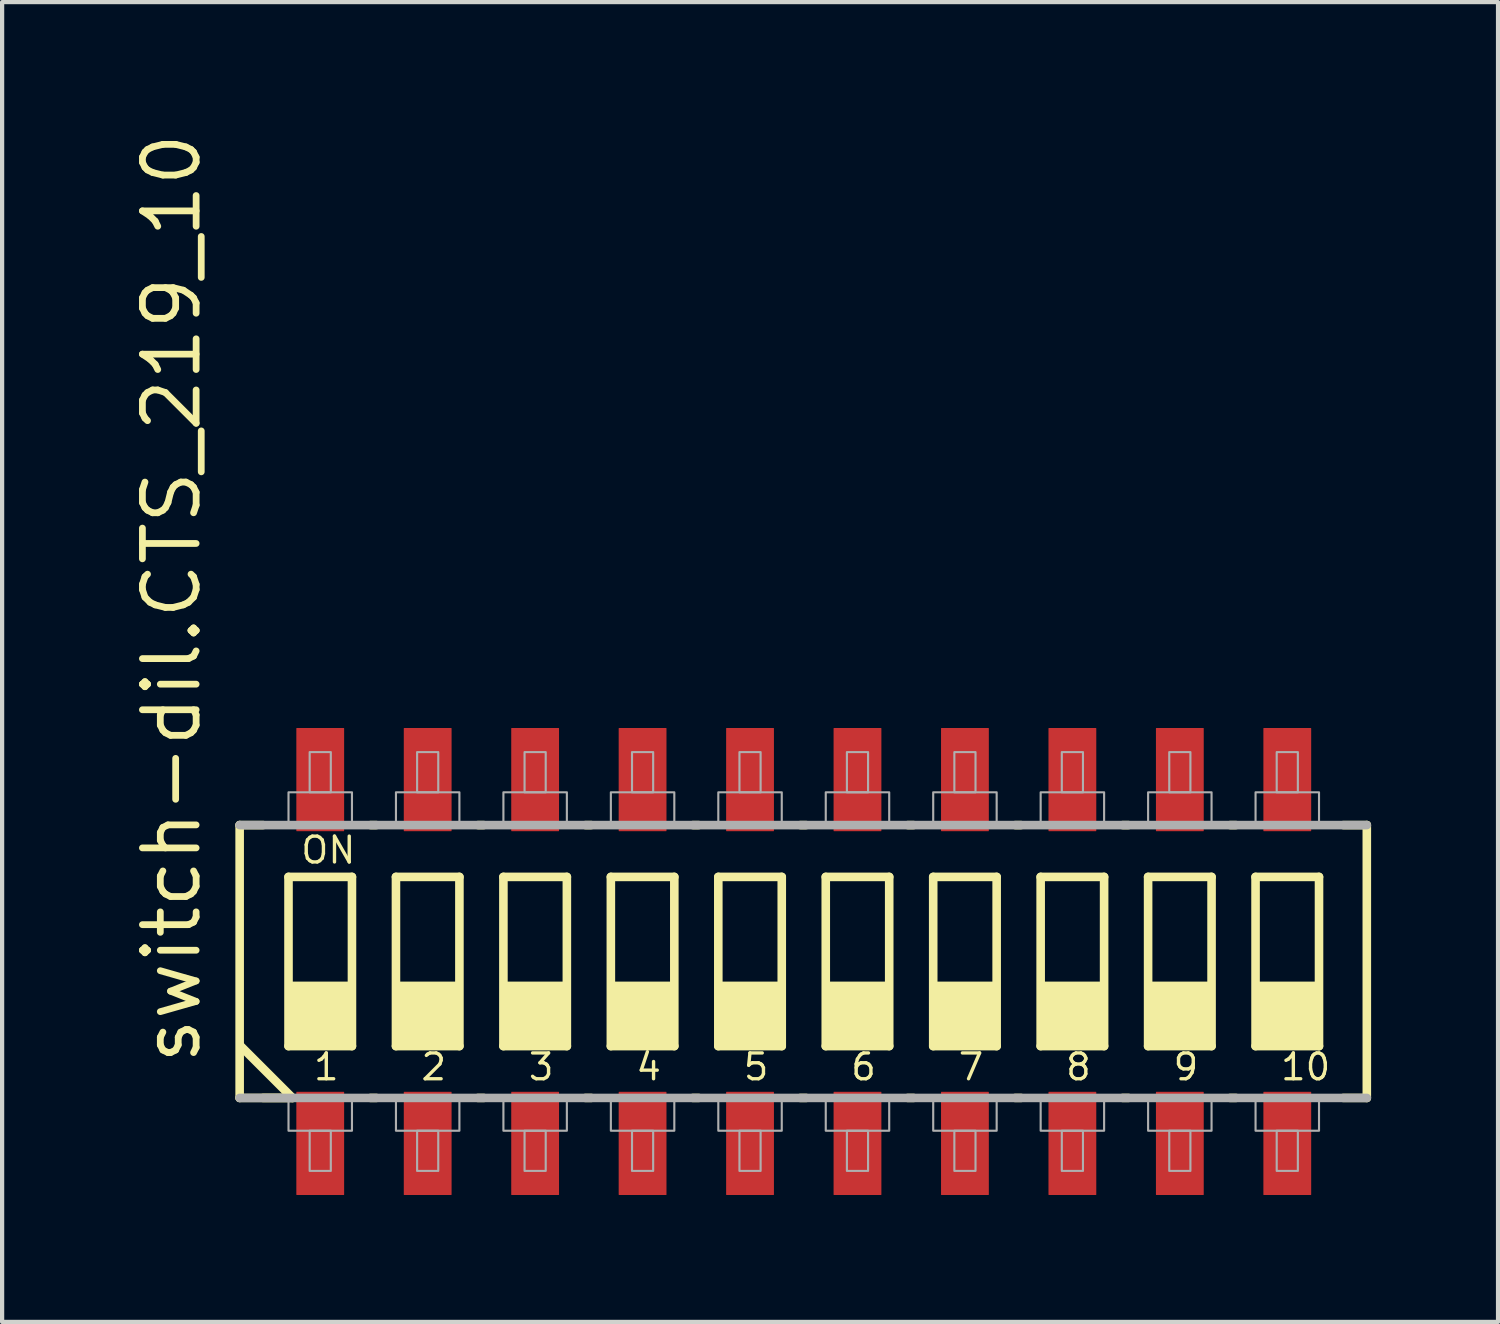
<source format=kicad_pcb>
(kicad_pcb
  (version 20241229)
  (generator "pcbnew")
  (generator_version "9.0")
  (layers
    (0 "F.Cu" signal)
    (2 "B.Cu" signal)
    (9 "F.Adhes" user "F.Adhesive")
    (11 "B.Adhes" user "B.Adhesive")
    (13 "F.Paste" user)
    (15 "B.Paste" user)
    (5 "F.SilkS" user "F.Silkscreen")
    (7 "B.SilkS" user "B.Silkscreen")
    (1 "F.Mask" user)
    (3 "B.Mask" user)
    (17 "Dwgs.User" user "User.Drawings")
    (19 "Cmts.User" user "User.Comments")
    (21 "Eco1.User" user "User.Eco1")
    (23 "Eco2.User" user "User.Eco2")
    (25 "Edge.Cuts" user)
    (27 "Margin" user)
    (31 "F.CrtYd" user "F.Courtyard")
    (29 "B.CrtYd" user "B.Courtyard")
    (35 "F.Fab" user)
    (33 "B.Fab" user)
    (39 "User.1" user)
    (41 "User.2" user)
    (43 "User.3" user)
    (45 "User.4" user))
  (footprint "switch-dil.CTS_219_10"
    (layer "F.Cu")
    (at 15.95 19.679)
    (property "Reference" "switch-dil.CTS_219_10" (at -14.2 2.5 90) (layer "F.SilkS") (effects (font (size 1.27 1.27) (thickness 0.16)) (justify left bottom)))
    (attr smd)
    (fp_line (start -13.335 -3.225) (end -12.78 -3.225) (stroke (width 0.203) (type default)) (layer "F.SilkS"))
    (fp_line (start -13.335 3.225) (end -13.335 -3.225) (stroke (width 0.203) (type default)) (layer "F.SilkS"))
    (fp_line (start -13.31 2) (end -12.085 3.225) (stroke (width 0.203) (type default)) (layer "F.SilkS"))
    (fp_line (start -12.78 3.225) (end -12.085 3.225) (stroke (width 0.203) (type default)) (layer "F.SilkS"))
    (fp_line (start -12.18 -2) (end -10.68 -2) (stroke (width 0.203) (type default)) (layer "F.SilkS"))
    (fp_line (start -12.18 2) (end -12.18 -2) (stroke (width 0.203) (type default)) (layer "F.SilkS"))
    (fp_line (start -12.085 3.225) (end -13.335 3.225) (stroke (width 0.203) (type default)) (layer "F.SilkS"))
    (fp_line (start -10.68 -2) (end -10.68 2) (stroke (width 0.203) (type default)) (layer "F.SilkS"))
    (fp_line (start -10.68 2) (end -12.18 2) (stroke (width 0.203) (type default)) (layer "F.SilkS"))
    (fp_line (start -10.24 3.225) (end -10.105 3.225) (stroke (width 0.203) (type default)) (layer "F.SilkS"))
    (fp_line (start -10.105 -3.225) (end -10.24 -3.225) (stroke (width 0.203) (type default)) (layer "F.SilkS"))
    (fp_line (start -9.64 -2) (end -8.14 -2) (stroke (width 0.203) (type default)) (layer "F.SilkS"))
    (fp_line (start -9.64 2) (end -9.64 -2) (stroke (width 0.203) (type default)) (layer "F.SilkS"))
    (fp_line (start -8.14 -2) (end -8.14 2) (stroke (width 0.203) (type default)) (layer "F.SilkS"))
    (fp_line (start -8.14 2) (end -9.64 2) (stroke (width 0.203) (type default)) (layer "F.SilkS"))
    (fp_line (start -7.7 3.225) (end -7.565 3.225) (stroke (width 0.203) (type default)) (layer "F.SilkS"))
    (fp_line (start -7.565 -3.225) (end -7.7 -3.225) (stroke (width 0.203) (type default)) (layer "F.SilkS"))
    (fp_line (start -7.1 -2) (end -5.6 -2) (stroke (width 0.203) (type default)) (layer "F.SilkS"))
    (fp_line (start -7.1 2) (end -7.1 -2) (stroke (width 0.203) (type default)) (layer "F.SilkS"))
    (fp_line (start -5.6 -2) (end -5.6 2) (stroke (width 0.203) (type default)) (layer "F.SilkS"))
    (fp_line (start -5.6 2) (end -7.1 2) (stroke (width 0.203) (type default)) (layer "F.SilkS"))
    (fp_line (start -5.16 3.225) (end -5.025 3.225) (stroke (width 0.203) (type default)) (layer "F.SilkS"))
    (fp_line (start -5.025 -3.225) (end -5.16 -3.225) (stroke (width 0.203) (type default)) (layer "F.SilkS"))
    (fp_line (start -4.56 -2) (end -3.06 -2) (stroke (width 0.203) (type default)) (layer "F.SilkS"))
    (fp_line (start -4.56 2) (end -4.56 -2) (stroke (width 0.203) (type default)) (layer "F.SilkS"))
    (fp_line (start -3.06 -2) (end -3.06 2) (stroke (width 0.203) (type default)) (layer "F.SilkS"))
    (fp_line (start -3.06 2) (end -4.56 2) (stroke (width 0.203) (type default)) (layer "F.SilkS"))
    (fp_line (start -2.62 3.225) (end -2.485 3.225) (stroke (width 0.203) (type default)) (layer "F.SilkS"))
    (fp_line (start -2.485 -3.225) (end -2.62 -3.225) (stroke (width 0.203) (type default)) (layer "F.SilkS"))
    (fp_line (start -2.02 -2) (end -0.52 -2) (stroke (width 0.203) (type default)) (layer "F.SilkS"))
    (fp_line (start -2.02 2) (end -2.02 -2) (stroke (width 0.203) (type default)) (layer "F.SilkS"))
    (fp_line (start -0.52 -2) (end -0.52 2) (stroke (width 0.203) (type default)) (layer "F.SilkS"))
    (fp_line (start -0.52 2) (end -2.02 2) (stroke (width 0.203) (type default)) (layer "F.SilkS"))
    (fp_line (start -0.08 3.225) (end 0.055 3.225) (stroke (width 0.203) (type default)) (layer "F.SilkS"))
    (fp_line (start 0.055 -3.225) (end -0.08 -3.225) (stroke (width 0.203) (type default)) (layer "F.SilkS"))
    (fp_line (start 0.52 -2) (end 2.02 -2) (stroke (width 0.203) (type default)) (layer "F.SilkS"))
    (fp_line (start 0.52 2) (end 0.52 -2) (stroke (width 0.203) (type default)) (layer "F.SilkS"))
    (fp_line (start 2.02 -2) (end 2.02 2) (stroke (width 0.203) (type default)) (layer "F.SilkS"))
    (fp_line (start 2.02 2) (end 0.52 2) (stroke (width 0.203) (type default)) (layer "F.SilkS"))
    (fp_line (start 2.46 3.225) (end 2.595 3.225) (stroke (width 0.203) (type default)) (layer "F.SilkS"))
    (fp_line (start 2.595 -3.225) (end 2.46 -3.225) (stroke (width 0.203) (type default)) (layer "F.SilkS"))
    (fp_line (start 3.06 -2) (end 4.56 -2) (stroke (width 0.203) (type default)) (layer "F.SilkS"))
    (fp_line (start 3.06 2) (end 3.06 -2) (stroke (width 0.203) (type default)) (layer "F.SilkS"))
    (fp_line (start 4.56 -2) (end 4.56 2) (stroke (width 0.203) (type default)) (layer "F.SilkS"))
    (fp_line (start 4.56 2) (end 3.06 2) (stroke (width 0.203) (type default)) (layer "F.SilkS"))
    (fp_line (start 5 3.225) (end 5.135 3.225) (stroke (width 0.203) (type default)) (layer "F.SilkS"))
    (fp_line (start 5.135 -3.225) (end 5 -3.225) (stroke (width 0.203) (type default)) (layer "F.SilkS"))
    (fp_line (start 5.6 -2) (end 7.1 -2) (stroke (width 0.203) (type default)) (layer "F.SilkS"))
    (fp_line (start 5.6 2) (end 5.6 -2) (stroke (width 0.203) (type default)) (layer "F.SilkS"))
    (fp_line (start 7.1 -2) (end 7.1 2) (stroke (width 0.203) (type default)) (layer "F.SilkS"))
    (fp_line (start 7.1 2) (end 5.6 2) (stroke (width 0.203) (type default)) (layer "F.SilkS"))
    (fp_line (start 7.54 3.225) (end 7.675 3.225) (stroke (width 0.203) (type default)) (layer "F.SilkS"))
    (fp_line (start 7.675 -3.225) (end 7.54 -3.225) (stroke (width 0.203) (type default)) (layer "F.SilkS"))
    (fp_line (start 8.14 -2) (end 9.64 -2) (stroke (width 0.203) (type default)) (layer "F.SilkS"))
    (fp_line (start 8.14 2) (end 8.14 -2) (stroke (width 0.203) (type default)) (layer "F.SilkS"))
    (fp_line (start 9.64 -2) (end 9.64 2) (stroke (width 0.203) (type default)) (layer "F.SilkS"))
    (fp_line (start 9.64 2) (end 8.14 2) (stroke (width 0.203) (type default)) (layer "F.SilkS"))
    (fp_line (start 10.08 3.225) (end 10.215 3.225) (stroke (width 0.203) (type default)) (layer "F.SilkS"))
    (fp_line (start 10.215 -3.225) (end 10.08 -3.225) (stroke (width 0.203) (type default)) (layer "F.SilkS"))
    (fp_line (start 10.68 -2) (end 12.18 -2) (stroke (width 0.203) (type default)) (layer "F.SilkS"))
    (fp_line (start 10.68 2) (end 10.68 -2) (stroke (width 0.203) (type default)) (layer "F.SilkS"))
    (fp_line (start 12.18 -2) (end 12.18 2) (stroke (width 0.203) (type default)) (layer "F.SilkS"))
    (fp_line (start 12.18 2) (end 10.68 2) (stroke (width 0.203) (type default)) (layer "F.SilkS"))
    (fp_line (start 12.755 -3.225) (end 13.31 -3.225) (stroke (width 0.203) (type default)) (layer "F.SilkS"))
    (fp_line (start 13.31 -3.225) (end 13.31 3.225) (stroke (width 0.203) (type default)) (layer "F.SilkS"))
    (fp_line (start 13.31 3.225) (end 12.755 3.225) (stroke (width 0.203) (type default)) (layer "F.SilkS"))
    (fp_rect (start -12.18 2) (end -10.68 0.5) (stroke (width 0.05) (type default)) (fill yes) (layer "F.SilkS"))
    (fp_rect (start -9.64 2) (end -8.14 0.5) (stroke (width 0.05) (type default)) (fill yes) (layer "F.SilkS"))
    (fp_rect (start -7.1 2) (end -5.6 0.5) (stroke (width 0.05) (type default)) (fill yes) (layer "F.SilkS"))
    (fp_rect (start -4.56 2) (end -3.06 0.5) (stroke (width 0.05) (type default)) (fill yes) (layer "F.SilkS"))
    (fp_rect (start -2.02 2) (end -0.52 0.5) (stroke (width 0.05) (type default)) (fill yes) (layer "F.SilkS"))
    (fp_rect (start 0.52 2) (end 2.02 0.5) (stroke (width 0.05) (type default)) (fill yes) (layer "F.SilkS"))
    (fp_rect (start 3.06 2) (end 4.56 0.5) (stroke (width 0.05) (type default)) (fill yes) (layer "F.SilkS"))
    (fp_rect (start 5.6 2) (end 7.1 0.5) (stroke (width 0.05) (type default)) (fill yes) (layer "F.SilkS"))
    (fp_rect (start 8.14 2) (end 9.64 0.5) (stroke (width 0.05) (type default)) (fill yes) (layer "F.SilkS"))
    (fp_rect (start 10.68 2) (end 12.18 0.5) (stroke (width 0.05) (type default)) (fill yes) (layer "F.SilkS"))
    (fp_line (start -13.335 -3.225) (end 13.31 -3.225) (stroke (width 0.203) (type default)) (layer "F.Fab"))
    (fp_line (start 13.31 3.225) (end -13.335 3.225) (stroke (width 0.203) (type default)) (layer "F.Fab"))
    (fp_rect (start -12.18 -3.25) (end -10.68 -4) (stroke (width 0.05) (type default)) (fill no) (layer "F.Fab"))
    (fp_rect (start -12.18 4) (end -10.68 3.25) (stroke (width 0.05) (type default)) (fill no) (layer "F.Fab"))
    (fp_rect (start -11.68 -4) (end -11.18 -4.95) (stroke (width 0.05) (type default)) (fill no) (layer "F.Fab"))
    (fp_rect (start -11.68 4.95) (end -11.18 4) (stroke (width 0.05) (type default)) (fill no) (layer "F.Fab"))
    (fp_rect (start -9.64 -3.25) (end -8.14 -4) (stroke (width 0.05) (type default)) (fill no) (layer "F.Fab"))
    (fp_rect (start -9.64 4) (end -8.14 3.25) (stroke (width 0.05) (type default)) (fill no) (layer "F.Fab"))
    (fp_rect (start -9.14 -4) (end -8.64 -4.95) (stroke (width 0.05) (type default)) (fill no) (layer "F.Fab"))
    (fp_rect (start -9.14 4.95) (end -8.64 4) (stroke (width 0.05) (type default)) (fill no) (layer "F.Fab"))
    (fp_rect (start -7.1 -3.25) (end -5.6 -4) (stroke (width 0.05) (type default)) (fill no) (layer "F.Fab"))
    (fp_rect (start -7.1 4) (end -5.6 3.25) (stroke (width 0.05) (type default)) (fill no) (layer "F.Fab"))
    (fp_rect (start -6.6 -4) (end -6.1 -4.95) (stroke (width 0.05) (type default)) (fill no) (layer "F.Fab"))
    (fp_rect (start -6.6 4.95) (end -6.1 4) (stroke (width 0.05) (type default)) (fill no) (layer "F.Fab"))
    (fp_rect (start -4.56 -3.25) (end -3.06 -4) (stroke (width 0.05) (type default)) (fill no) (layer "F.Fab"))
    (fp_rect (start -4.56 4) (end -3.06 3.25) (stroke (width 0.05) (type default)) (fill no) (layer "F.Fab"))
    (fp_rect (start -4.06 -4) (end -3.56 -4.95) (stroke (width 0.05) (type default)) (fill no) (layer "F.Fab"))
    (fp_rect (start -4.06 4.95) (end -3.56 4) (stroke (width 0.05) (type default)) (fill no) (layer "F.Fab"))
    (fp_rect (start -2.02 -3.25) (end -0.52 -4) (stroke (width 0.05) (type default)) (fill no) (layer "F.Fab"))
    (fp_rect (start -2.02 4) (end -0.52 3.25) (stroke (width 0.05) (type default)) (fill no) (layer "F.Fab"))
    (fp_rect (start -1.52 -4) (end -1.02 -4.95) (stroke (width 0.05) (type default)) (fill no) (layer "F.Fab"))
    (fp_rect (start -1.52 4.95) (end -1.02 4) (stroke (width 0.05) (type default)) (fill no) (layer "F.Fab"))
    (fp_rect (start 0.52 -3.25) (end 2.02 -4) (stroke (width 0.05) (type default)) (fill no) (layer "F.Fab"))
    (fp_rect (start 0.52 4) (end 2.02 3.25) (stroke (width 0.05) (type default)) (fill no) (layer "F.Fab"))
    (fp_rect (start 1.02 -4) (end 1.52 -4.95) (stroke (width 0.05) (type default)) (fill no) (layer "F.Fab"))
    (fp_rect (start 1.02 4.95) (end 1.52 4) (stroke (width 0.05) (type default)) (fill no) (layer "F.Fab"))
    (fp_rect (start 3.06 -3.25) (end 4.56 -4) (stroke (width 0.05) (type default)) (fill no) (layer "F.Fab"))
    (fp_rect (start 3.06 4) (end 4.56 3.25) (stroke (width 0.05) (type default)) (fill no) (layer "F.Fab"))
    (fp_rect (start 3.56 -4) (end 4.06 -4.95) (stroke (width 0.05) (type default)) (fill no) (layer "F.Fab"))
    (fp_rect (start 3.56 4.95) (end 4.06 4) (stroke (width 0.05) (type default)) (fill no) (layer "F.Fab"))
    (fp_rect (start 5.6 -3.25) (end 7.1 -4) (stroke (width 0.05) (type default)) (fill no) (layer "F.Fab"))
    (fp_rect (start 5.6 4) (end 7.1 3.25) (stroke (width 0.05) (type default)) (fill no) (layer "F.Fab"))
    (fp_rect (start 6.1 -4) (end 6.6 -4.95) (stroke (width 0.05) (type default)) (fill no) (layer "F.Fab"))
    (fp_rect (start 6.1 4.95) (end 6.6 4) (stroke (width 0.05) (type default)) (fill no) (layer "F.Fab"))
    (fp_rect (start 8.14 -3.25) (end 9.64 -4) (stroke (width 0.05) (type default)) (fill no) (layer "F.Fab"))
    (fp_rect (start 8.14 4) (end 9.64 3.25) (stroke (width 0.05) (type default)) (fill no) (layer "F.Fab"))
    (fp_rect (start 8.64 -4) (end 9.14 -4.95) (stroke (width 0.05) (type default)) (fill no) (layer "F.Fab"))
    (fp_rect (start 8.64 4.95) (end 9.14 4) (stroke (width 0.05) (type default)) (fill no) (layer "F.Fab"))
    (fp_rect (start 10.68 -3.25) (end 12.18 -4) (stroke (width 0.05) (type default)) (fill no) (layer "F.Fab"))
    (fp_rect (start 10.68 4) (end 12.18 3.25) (stroke (width 0.05) (type default)) (fill no) (layer "F.Fab"))
    (fp_rect (start 11.18 -4) (end 11.68 -4.95) (stroke (width 0.05) (type default)) (fill no) (layer "F.Fab"))
    (fp_rect (start 11.18 4.95) (end 11.68 4) (stroke (width 0.05) (type default)) (fill no) (layer "F.Fab"))
    (fp_text user "6" (at 1.07 2.85 0) (layer "F.SilkS") (effects (font (size 0.61 0.61) (thickness 0.08)) (justify left bottom)))
    (fp_text user "9" (at 8.69 2.85 0) (layer "F.SilkS") (effects (font (size 0.61 0.61) (thickness 0.08)) (justify left bottom)))
    (fp_text user "7" (at 3.61 2.85 0) (layer "F.SilkS") (effects (font (size 0.61 0.61) (thickness 0.08)) (justify left bottom)))
    (fp_text user "2" (at -9.09 2.85 0) (layer "F.SilkS") (effects (font (size 0.61 0.61) (thickness 0.08)) (justify left bottom)))
    (fp_text user "3" (at -6.55 2.85 0) (layer "F.SilkS") (effects (font (size 0.61 0.61) (thickness 0.08)) (justify left bottom)))
    (fp_text user "10" (at 11.23 2.85 0) (layer "F.SilkS") (effects (font (size 0.61 0.61) (thickness 0.08)) (justify left bottom)))
    (fp_text user "ON" (at -11.93 -2.275 0) (layer "F.SilkS") (effects (font (size 0.61 0.61) (thickness 0.08)) (justify left bottom)))
    (fp_text user "4" (at -4.01 2.85 0) (layer "F.SilkS") (effects (font (size 0.61 0.61) (thickness 0.08)) (justify left bottom)))
    (fp_text user "1" (at -11.63 2.85 0) (layer "F.SilkS") (effects (font (size 0.61 0.61) (thickness 0.08)) (justify left bottom)))
    (fp_text user "8" (at 6.15 2.85 0) (layer "F.SilkS") (effects (font (size 0.61 0.61) (thickness 0.08)) (justify left bottom)))
    (fp_text user "5" (at -1.47 2.85 0) (layer "F.SilkS") (effects (font (size 0.61 0.61) (thickness 0.08)) (justify left bottom)))
    (pad "1" smd roundrect (at -11.43 4.3) (size 1.13 2.44) (layers "F.Cu" "F.Mask" "F.Paste") (roundrect_rratio 0.01))
    (pad "2" smd roundrect (at -8.89 4.3) (size 1.13 2.44) (layers "F.Cu" "F.Mask" "F.Paste") (roundrect_rratio 0.01))
    (pad "3" smd roundrect (at -6.35 4.3) (size 1.13 2.44) (layers "F.Cu" "F.Mask" "F.Paste") (roundrect_rratio 0.01))
    (pad "4" smd roundrect (at -3.81 4.3) (size 1.13 2.44) (layers "F.Cu" "F.Mask" "F.Paste") (roundrect_rratio 0.01))
    (pad "5" smd roundrect (at -1.27 4.3) (size 1.13 2.44) (layers "F.Cu" "F.Mask" "F.Paste") (roundrect_rratio 0.01))
    (pad "6" smd roundrect (at 1.27 4.3) (size 1.13 2.44) (layers "F.Cu" "F.Mask" "F.Paste") (roundrect_rratio 0.01))
    (pad "7" smd roundrect (at 3.81 4.3) (size 1.13 2.44) (layers "F.Cu" "F.Mask" "F.Paste") (roundrect_rratio 0.01))
    (pad "8" smd roundrect (at 6.35 4.3) (size 1.13 2.44) (layers "F.Cu" "F.Mask" "F.Paste") (roundrect_rratio 0.01))
    (pad "9" smd roundrect (at 8.89 4.3) (size 1.13 2.44) (layers "F.Cu" "F.Mask" "F.Paste") (roundrect_rratio 0.01))
    (pad "10" smd roundrect (at 11.43 4.3) (size 1.13 2.44) (layers "F.Cu" "F.Mask" "F.Paste") (roundrect_rratio 0.01))
    (pad "11" smd roundrect (at 11.43 -4.3 180) (size 1.13 2.44) (layers "F.Cu" "F.Mask" "F.Paste") (roundrect_rratio 0.01))
    (pad "12" smd roundrect (at 8.89 -4.3 180) (size 1.13 2.44) (layers "F.Cu" "F.Mask" "F.Paste") (roundrect_rratio 0.01))
    (pad "13" smd roundrect (at 6.35 -4.3 180) (size 1.13 2.44) (layers "F.Cu" "F.Mask" "F.Paste") (roundrect_rratio 0.01))
    (pad "14" smd roundrect (at 3.81 -4.3 180) (size 1.13 2.44) (layers "F.Cu" "F.Mask" "F.Paste") (roundrect_rratio 0.01))
    (pad "15" smd roundrect (at 1.27 -4.3 180) (size 1.13 2.44) (layers "F.Cu" "F.Mask" "F.Paste") (roundrect_rratio 0.01))
    (pad "16" smd roundrect (at -1.27 -4.3 180) (size 1.13 2.44) (layers "F.Cu" "F.Mask" "F.Paste") (roundrect_rratio 0.01))
    (pad "17" smd roundrect (at -3.81 -4.3 180) (size 1.13 2.44) (layers "F.Cu" "F.Mask" "F.Paste") (roundrect_rratio 0.01))
    (pad "18" smd roundrect (at -6.35 -4.3 180) (size 1.13 2.44) (layers "F.Cu" "F.Mask" "F.Paste") (roundrect_rratio 0.01))
    (pad "19" smd roundrect (at -8.89 -4.3 180) (size 1.13 2.44) (layers "F.Cu" "F.Mask" "F.Paste") (roundrect_rratio 0.01))
    (pad "20" smd roundrect (at -11.43 -4.3 180) (size 1.13 2.44) (layers "F.Cu" "F.Mask" "F.Paste") (roundrect_rratio 0.01)))
  (gr_rect
    (start -3 -3)
    (end 32.362 28.199)
    (stroke (width 0.1) (type default))
    (fill no)
    (layer "Edge.Cuts")))
</source>
